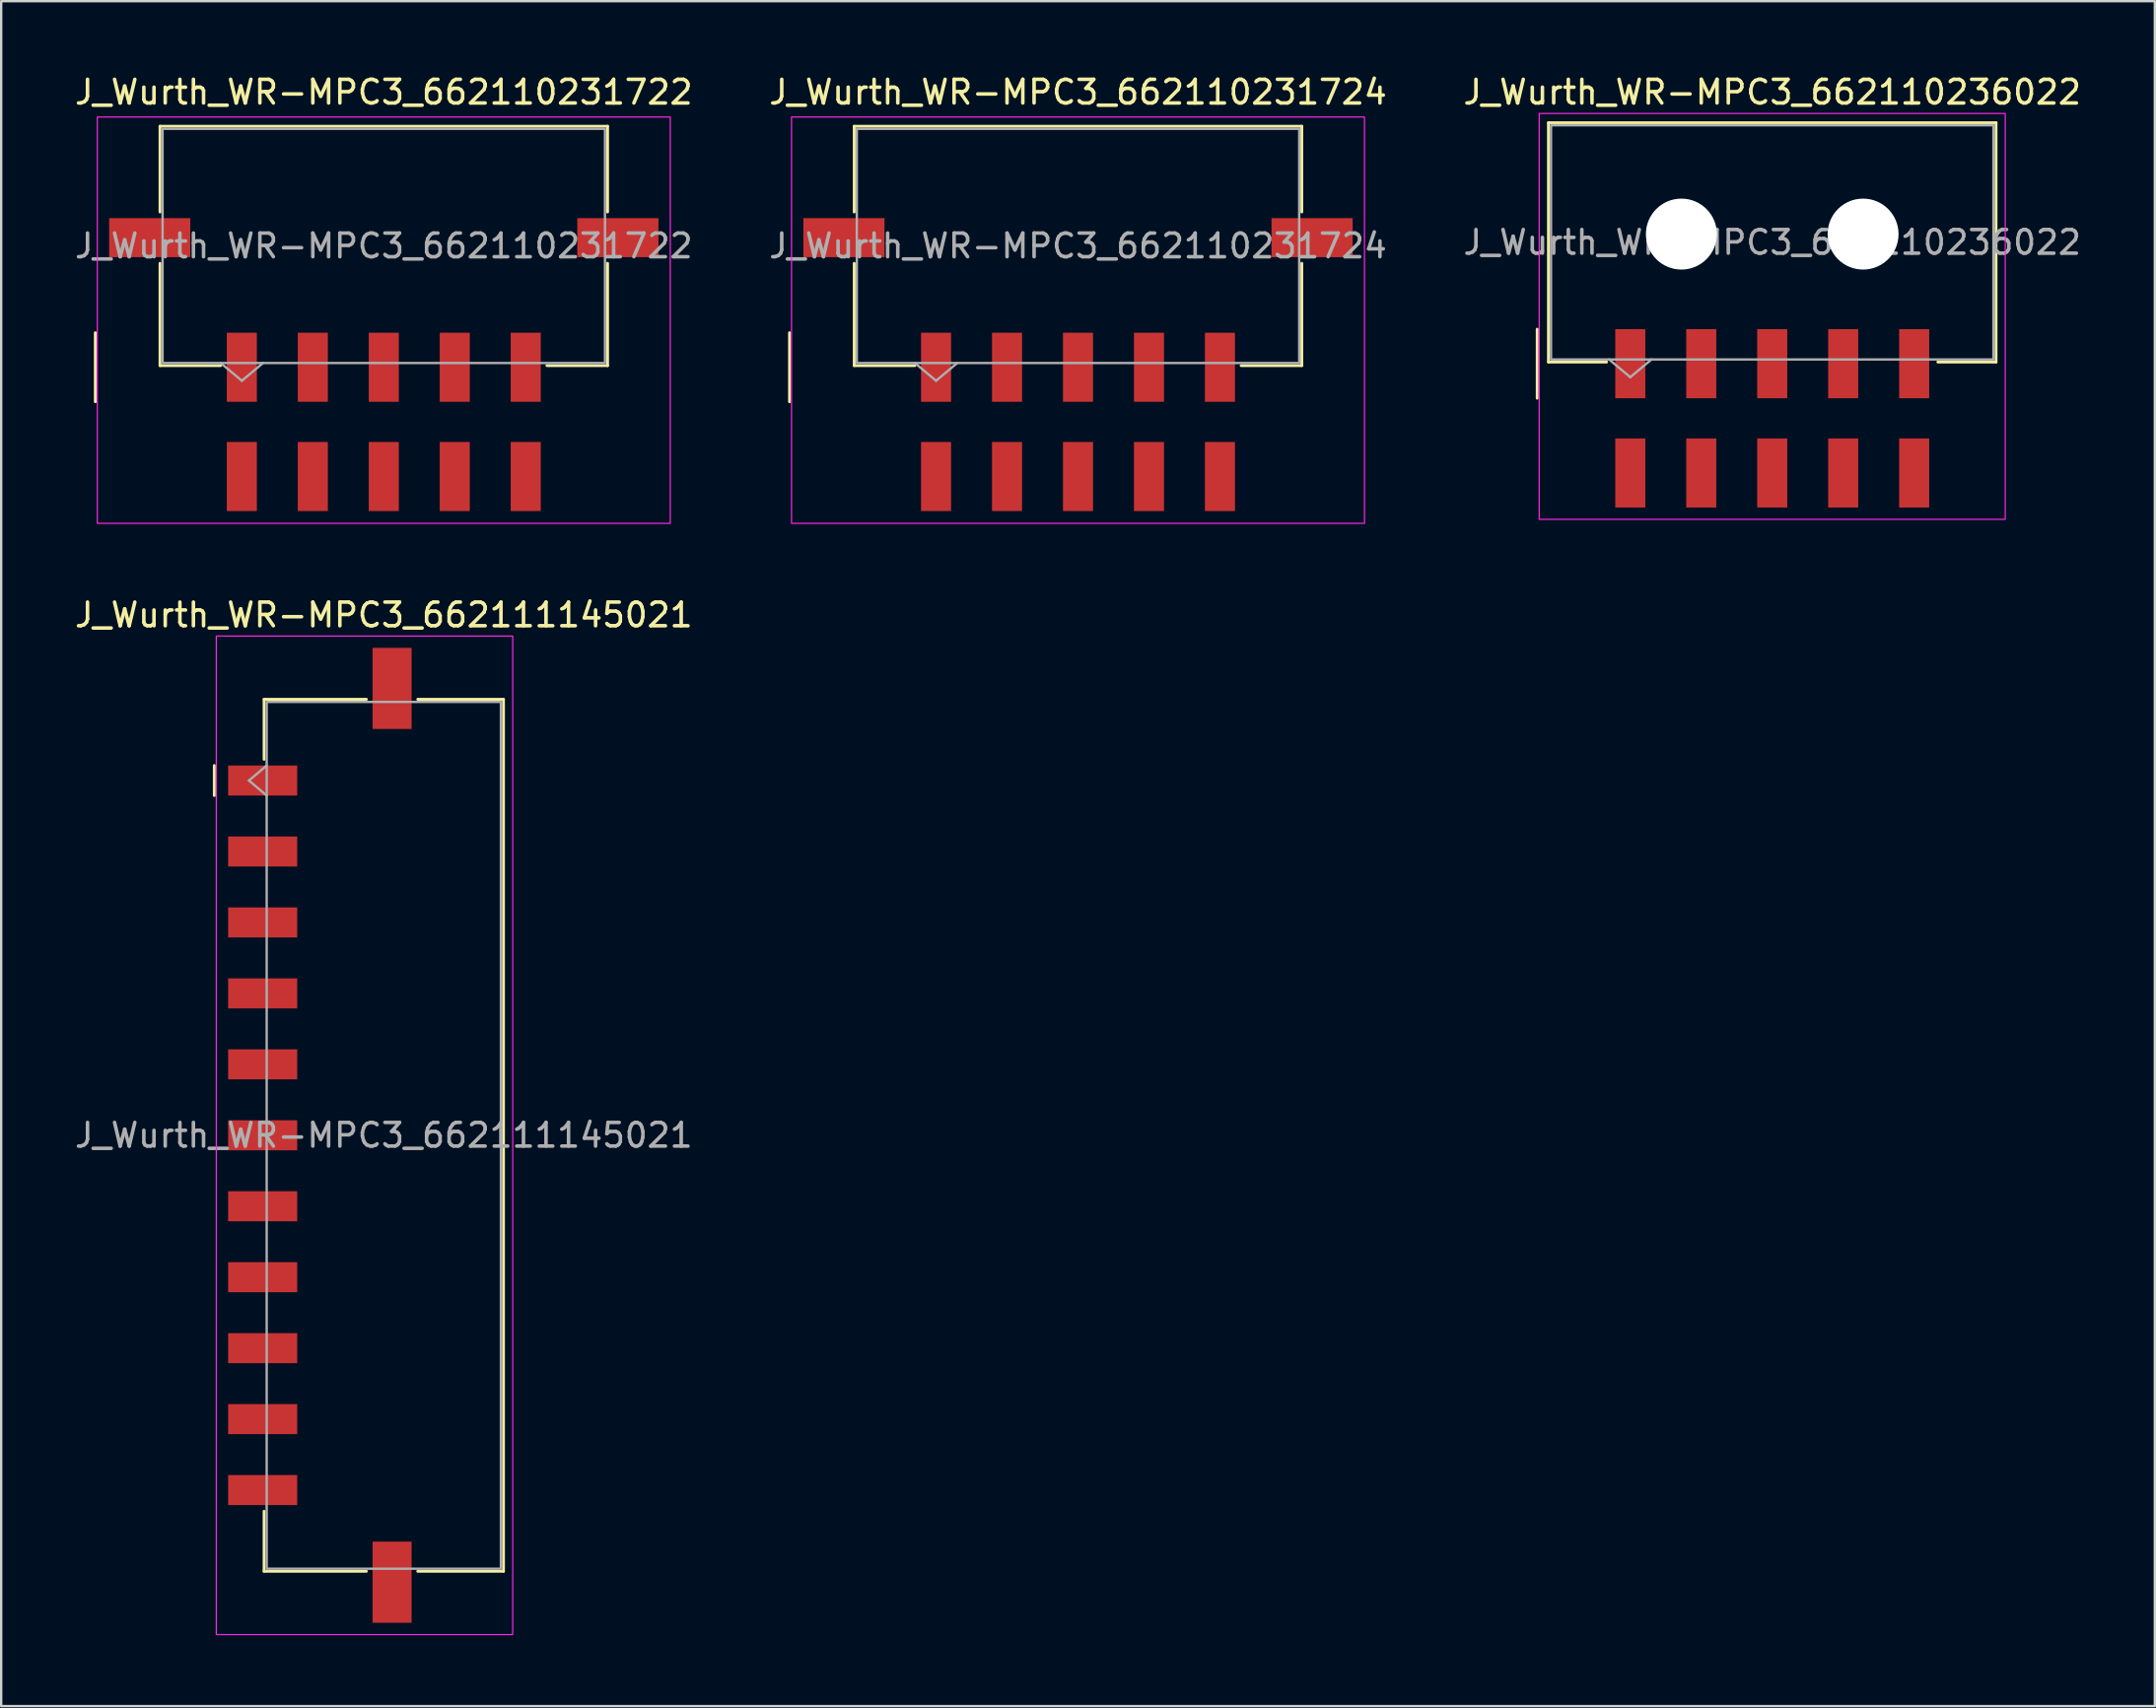
<source format=kicad_pcb>
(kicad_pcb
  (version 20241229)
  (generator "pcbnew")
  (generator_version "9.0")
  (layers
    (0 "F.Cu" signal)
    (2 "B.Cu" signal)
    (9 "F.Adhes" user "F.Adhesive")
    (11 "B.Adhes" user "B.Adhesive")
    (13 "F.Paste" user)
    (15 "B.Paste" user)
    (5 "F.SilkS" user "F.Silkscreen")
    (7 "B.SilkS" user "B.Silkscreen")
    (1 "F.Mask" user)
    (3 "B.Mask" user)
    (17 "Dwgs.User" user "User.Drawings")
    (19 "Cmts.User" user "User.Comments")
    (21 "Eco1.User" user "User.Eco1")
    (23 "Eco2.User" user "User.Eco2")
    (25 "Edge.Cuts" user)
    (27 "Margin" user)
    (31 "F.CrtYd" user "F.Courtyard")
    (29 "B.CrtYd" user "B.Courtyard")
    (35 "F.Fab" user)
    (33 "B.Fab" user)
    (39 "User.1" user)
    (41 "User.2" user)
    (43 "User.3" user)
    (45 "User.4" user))
  (footprint "J_Wurth_WR-MPC3_662110231724"
    (layer "F.Cu")
    (at 42.518 7.348)
    (property "Reference" "J_Wurth_WR-MPC3_662110231724" (at 0 -6.5 0) (unlocked yes) (layer "F.SilkS") (effects (font (size 1 1) (thickness 0.15))))
    (attr smd)
    (fp_line (start -12.195 6.59) (end -12.195 3.67) (stroke (width 0.12) (type solid)) (layer "F.SilkS"))
    (fp_line (start -9.46 -5.06) (end -9.46 -1.435) (stroke (width 0.12) (type solid)) (layer "F.SilkS"))
    (fp_line (start -9.46 -5.06) (end 9.46 -5.06) (stroke (width 0.12) (type default)) (layer "F.SilkS"))
    (fp_line (start -9.46 0.735) (end -9.46 5.06) (stroke (width 0.12) (type solid)) (layer "F.SilkS"))
    (fp_line (start -6.895 5.06) (end -9.46 5.06) (stroke (width 0.12) (type solid)) (layer "F.SilkS"))
    (fp_line (start 9.46 -5.06) (end 9.46 -1.435) (stroke (width 0.12) (type solid)) (layer "F.SilkS"))
    (fp_line (start 9.46 0.735) (end 9.46 5.06) (stroke (width 0.12) (type solid)) (layer "F.SilkS"))
    (fp_line (start 9.46 5.06) (end 6.895 5.06) (stroke (width 0.12) (type solid)) (layer "F.SilkS"))
    (fp_rect (start -12.11 -5.45) (end 12.11 11.73) (stroke (width 0.05) (type solid)) (fill no) (layer "F.CrtYd"))
    (fp_line (start -6 5.7) (end -6.895 4.95) (stroke (width 0.1) (type solid)) (layer "F.Fab"))
    (fp_line (start -6 5.7) (end -5.105 4.95) (stroke (width 0.1) (type solid)) (layer "F.Fab"))
    (fp_rect (start -9.35 -4.95) (end 9.35 4.95) (stroke (width 0.1) (type solid)) (fill no) (layer "F.Fab"))
    (fp_text user "${REFERENCE}" (at 0 0 0) (unlocked yes) (layer "F.Fab") (effects (font (size 1 1) (thickness 0.15))))
    (pad "1" smd rect (at -6 5.13 180) (size 1.27 2.92) (layers "F.Cu" "F.Mask" "F.Paste"))
    (pad "2" smd rect (at -3 5.13 180) (size 1.27 2.92) (layers "F.Cu" "F.Mask" "F.Paste"))
    (pad "3" smd rect (at 0 5.13 180) (size 1.27 2.92) (layers "F.Cu" "F.Mask" "F.Paste"))
    (pad "4" smd rect (at 3 5.13 180) (size 1.27 2.92) (layers "F.Cu" "F.Mask" "F.Paste"))
    (pad "5" smd rect (at 6 5.13 180) (size 1.27 2.92) (layers "F.Cu" "F.Mask" "F.Paste"))
    (pad "6" smd rect (at -6 9.75 180) (size 1.27 2.92) (layers "F.Cu" "F.Mask" "F.Paste"))
    (pad "7" smd rect (at -3 9.75 180) (size 1.27 2.92) (layers "F.Cu" "F.Mask" "F.Paste"))
    (pad "8" smd rect (at 0 9.75 180) (size 1.27 2.92) (layers "F.Cu" "F.Mask" "F.Paste"))
    (pad "9" smd rect (at 3 9.75 180) (size 1.27 2.92) (layers "F.Cu" "F.Mask" "F.Paste"))
    (pad "10" smd rect (at 6 9.75 180) (size 1.27 2.92) (layers "F.Cu" "F.Mask" "F.Paste"))
    (pad "MP1" smd rect (at 9.895 -0.35 180) (size 3.43 1.65) (layers "F.Cu" "F.Mask" "F.Paste"))
    (pad "MP2" smd rect (at -9.895 -0.35 180) (size 3.43 1.65) (layers "F.Cu" "F.Mask" "F.Paste")))
  (footprint "J_Wurth_WR-MPC3_662110236022"
    (layer "F.Cu")
    (at 71.863 7.198)
    (property "Reference" "J_Wurth_WR-MPC3_662110236022" (at 0 -6.35 0) (unlocked yes) (layer "F.SilkS") (effects (font (size 1 1) (thickness 0.15))))
    (attr smd)
    (fp_line (start -9.935 6.59) (end -9.935 3.67) (stroke (width 0.12) (type solid)) (layer "F.SilkS"))
    (fp_line (start -9.46 -5.06) (end -9.46 5.06) (stroke (width 0.12) (type solid)) (layer "F.SilkS"))
    (fp_line (start -9.46 -5.06) (end 9.46 -5.06) (stroke (width 0.12) (type solid)) (layer "F.SilkS"))
    (fp_line (start -7 5.06) (end -9.46 5.06) (stroke (width 0.12) (type solid)) (layer "F.SilkS"))
    (fp_line (start 7 5.06) (end 9.46 5.06) (stroke (width 0.12) (type solid)) (layer "F.SilkS"))
    (fp_line (start 9.46 -5.06) (end 9.46 5.06) (stroke (width 0.12) (type solid)) (layer "F.SilkS"))
    (fp_rect (start -9.85 -5.45) (end 9.85 11.71) (stroke (width 0.05) (type solid)) (fill no) (layer "F.CrtYd"))
    (fp_line (start -6 5.7) (end -6.895 4.95) (stroke (width 0.1) (type solid)) (layer "F.Fab"))
    (fp_line (start -6 5.7) (end -5.105 4.95) (stroke (width 0.1) (type solid)) (layer "F.Fab"))
    (fp_rect (start -9.35 -4.95) (end 9.35 4.95) (stroke (width 0.1) (type solid)) (fill no) (layer "F.Fab"))
    (fp_text user "${REFERENCE}" (at 0 0 0) (unlocked yes) (layer "F.Fab") (effects (font (size 1 1) (thickness 0.15))))
    (pad "" np_thru_hole circle (at -3.84 -0.35 180) (size 3 3) (drill 3) (layers "*.Cu" "*.Mask"))
    (pad "" np_thru_hole circle (at 3.84 -0.35 180) (size 3 3) (drill 3) (layers "*.Cu" "*.Mask"))
    (pad "1" smd rect (at -6 5.13 180) (size 1.27 2.92) (layers "F.Cu" "F.Mask" "F.Paste"))
    (pad "2" smd rect (at -3 5.13 180) (size 1.27 2.92) (layers "F.Cu" "F.Mask" "F.Paste"))
    (pad "3" smd rect (at 0 5.13 180) (size 1.27 2.92) (layers "F.Cu" "F.Mask" "F.Paste"))
    (pad "4" smd rect (at 3 5.13 180) (size 1.27 2.92) (layers "F.Cu" "F.Mask" "F.Paste"))
    (pad "5" smd rect (at 6 5.13 180) (size 1.27 2.92) (layers "F.Cu" "F.Mask" "F.Paste"))
    (pad "6" smd rect (at -6 9.75 180) (size 1.27 2.92) (layers "F.Cu" "F.Mask" "F.Paste"))
    (pad "7" smd rect (at -3 9.75 180) (size 1.27 2.92) (layers "F.Cu" "F.Mask" "F.Paste"))
    (pad "8" smd rect (at 0 9.75 180) (size 1.27 2.92) (layers "F.Cu" "F.Mask" "F.Paste"))
    (pad "9" smd rect (at 3 9.75 180) (size 1.27 2.92) (layers "F.Cu" "F.Mask" "F.Paste"))
    (pad "10" smd rect (at 6 9.75 180) (size 1.27 2.92) (layers "F.Cu" "F.Mask" "F.Paste")))
  (footprint "J_Wurth_WR-MPC3_662111145021"
    (layer "F.Cu")
    (at 13.173 44.952)
    (property "Reference" "J_Wurth_WR-MPC3_662111145021" (at 0 -22 0) (unlocked yes) (layer "F.SilkS") (effects (font (size 1 1) (thickness 0.15))))
    (attr smd)
    (fp_line (start -7.165 -15.635) (end -7.165 -14.365) (stroke (width 0.12) (type solid)) (layer "F.SilkS"))
    (fp_line (start -5.06 -15.895) (end -5.06 -18.435) (stroke (width 0.12) (type default)) (layer "F.SilkS"))
    (fp_line (start -5.06 18.435) (end -5.06 15.895) (stroke (width 0.12) (type default)) (layer "F.SilkS"))
    (fp_line (start -0.735 -18.435) (end -5.06 -18.435) (stroke (width 0.12) (type default)) (layer "F.SilkS"))
    (fp_line (start -0.735 18.435) (end -5.06 18.435) (stroke (width 0.12) (type default)) (layer "F.SilkS"))
    (fp_line (start 5.06 -18.435) (end 1.435 -18.435) (stroke (width 0.12) (type solid)) (layer "F.SilkS"))
    (fp_line (start 5.06 -18.435) (end 5.06 18.435) (stroke (width 0.12) (type solid)) (layer "F.SilkS"))
    (fp_line (start 5.06 18.435) (end 1.435 18.435) (stroke (width 0.12) (type solid)) (layer "F.SilkS"))
    (fp_rect (start -7.08 -21.11) (end 5.45 21.11) (stroke (width 0.05) (type solid)) (fill no) (layer "F.CrtYd"))
    (fp_line (start -5.7 -15) (end -4.95 -15.635) (stroke (width 0.1) (type solid)) (layer "F.Fab"))
    (fp_line (start -5.7 -15) (end -4.95 -14.365) (stroke (width 0.1) (type solid)) (layer "F.Fab"))
    (fp_rect (start -4.95 -18.325) (end 4.95 18.325) (stroke (width 0.1) (type solid)) (fill no) (layer "F.Fab"))
    (fp_text user "${REFERENCE}" (at 0 0 0) (unlocked yes) (layer "F.Fab") (effects (font (size 1 1) (thickness 0.15))))
    (pad "1" smd rect (at -5.12 -15 90) (size 1.27 2.92) (layers "F.Cu" "F.Mask" "F.Paste"))
    (pad "2" smd rect (at -5.12 -12 90) (size 1.27 2.92) (layers "F.Cu" "F.Mask" "F.Paste"))
    (pad "3" smd rect (at -5.12 -9 90) (size 1.27 2.92) (layers "F.Cu" "F.Mask" "F.Paste"))
    (pad "4" smd rect (at -5.12 -6 90) (size 1.27 2.92) (layers "F.Cu" "F.Mask" "F.Paste"))
    (pad "5" smd rect (at -5.12 -3 90) (size 1.27 2.92) (layers "F.Cu" "F.Mask" "F.Paste"))
    (pad "6" smd rect (at -5.12 0 90) (size 1.27 2.92) (layers "F.Cu" "F.Mask" "F.Paste"))
    (pad "7" smd rect (at -5.12 3 90) (size 1.27 2.92) (layers "F.Cu" "F.Mask" "F.Paste"))
    (pad "8" smd rect (at -5.12 6 90) (size 1.27 2.92) (layers "F.Cu" "F.Mask" "F.Paste"))
    (pad "9" smd rect (at -5.12 9 90) (size 1.27 2.92) (layers "F.Cu" "F.Mask" "F.Paste"))
    (pad "10" smd rect (at -5.12 12 90) (size 1.27 2.92) (layers "F.Cu" "F.Mask" "F.Paste"))
    (pad "11" smd rect (at -5.12 15 90) (size 1.27 2.92) (layers "F.Cu" "F.Mask" "F.Paste"))
    (pad "MP1" smd rect (at 0.35 18.895 90) (size 3.43 1.65) (layers "F.Cu" "F.Mask" "F.Paste"))
    (pad "MP2" smd rect (at 0.35 -18.895 90) (size 3.43 1.65) (layers "F.Cu" "F.Mask" "F.Paste")))
  (footprint "J_Wurth_WR-MPC3_662110231722"
    (layer "F.Cu")
    (at 13.173 7.348)
    (property "Reference" "J_Wurth_WR-MPC3_662110231722" (at 0 -6.5 0) (unlocked yes) (layer "F.SilkS") (effects (font (size 1 1) (thickness 0.15))))
    (attr smd)
    (fp_line (start -12.195 6.59) (end -12.195 3.67) (stroke (width 0.12) (type solid)) (layer "F.SilkS"))
    (fp_line (start -9.46 -5.06) (end -9.46 -1.435) (stroke (width 0.12) (type solid)) (layer "F.SilkS"))
    (fp_line (start -9.46 -5.06) (end 9.46 -5.06) (stroke (width 0.12) (type default)) (layer "F.SilkS"))
    (fp_line (start -9.46 0.735) (end -9.46 5.06) (stroke (width 0.12) (type solid)) (layer "F.SilkS"))
    (fp_line (start -6.895 5.06) (end -9.46 5.06) (stroke (width 0.12) (type solid)) (layer "F.SilkS"))
    (fp_line (start 9.46 -5.06) (end 9.46 -1.435) (stroke (width 0.12) (type solid)) (layer "F.SilkS"))
    (fp_line (start 9.46 0.735) (end 9.46 5.06) (stroke (width 0.12) (type solid)) (layer "F.SilkS"))
    (fp_line (start 9.46 5.06) (end 6.895 5.06) (stroke (width 0.12) (type solid)) (layer "F.SilkS"))
    (fp_rect (start -12.11 -5.45) (end 12.11 11.73) (stroke (width 0.05) (type solid)) (fill no) (layer "F.CrtYd"))
    (fp_line (start -6 5.7) (end -6.895 4.95) (stroke (width 0.1) (type solid)) (layer "F.Fab"))
    (fp_line (start -6 5.7) (end -5.105 4.95) (stroke (width 0.1) (type solid)) (layer "F.Fab"))
    (fp_rect (start -9.35 -4.95) (end 9.35 4.95) (stroke (width 0.1) (type solid)) (fill no) (layer "F.Fab"))
    (fp_text user "${REFERENCE}" (at 0 0 0) (unlocked yes) (layer "F.Fab") (effects (font (size 1 1) (thickness 0.15))))
    (pad "1" smd rect (at -6 5.13 180) (size 1.27 2.92) (layers "F.Cu" "F.Mask" "F.Paste"))
    (pad "2" smd rect (at -3 5.13 180) (size 1.27 2.92) (layers "F.Cu" "F.Mask" "F.Paste"))
    (pad "3" smd rect (at 0 5.13 180) (size 1.27 2.92) (layers "F.Cu" "F.Mask" "F.Paste"))
    (pad "4" smd rect (at 3 5.13 180) (size 1.27 2.92) (layers "F.Cu" "F.Mask" "F.Paste"))
    (pad "5" smd rect (at 6 5.13 180) (size 1.27 2.92) (layers "F.Cu" "F.Mask" "F.Paste"))
    (pad "6" smd rect (at -6 9.75 180) (size 1.27 2.92) (layers "F.Cu" "F.Mask" "F.Paste"))
    (pad "7" smd rect (at -3 9.75 180) (size 1.27 2.92) (layers "F.Cu" "F.Mask" "F.Paste"))
    (pad "8" smd rect (at 0 9.75 180) (size 1.27 2.92) (layers "F.Cu" "F.Mask" "F.Paste"))
    (pad "9" smd rect (at 3 9.75 180) (size 1.27 2.92) (layers "F.Cu" "F.Mask" "F.Paste"))
    (pad "10" smd rect (at 6 9.75 180) (size 1.27 2.92) (layers "F.Cu" "F.Mask" "F.Paste"))
    (pad "MP1" smd rect (at 9.895 -0.35 180) (size 3.43 1.65) (layers "F.Cu" "F.Mask" "F.Paste"))
    (pad "MP2" smd rect (at -9.895 -0.35 180) (size 3.43 1.65) (layers "F.Cu" "F.Mask" "F.Paste")))
  (gr_rect
    (start -3 -3)
    (end 88.036 69.087)
    (stroke (width 0.1) (type default))
    (fill no)
    (layer "Edge.Cuts")))
</source>
